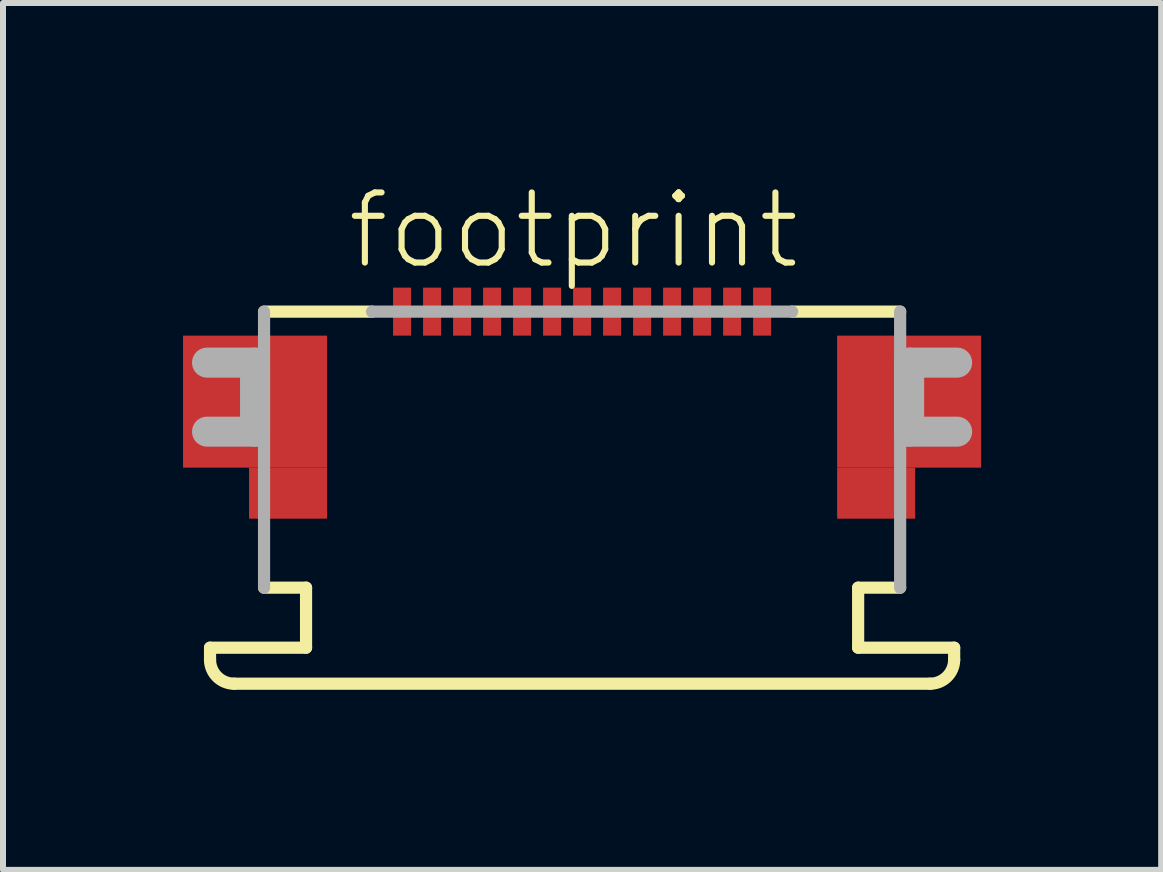
<source format=kicad_pcb>
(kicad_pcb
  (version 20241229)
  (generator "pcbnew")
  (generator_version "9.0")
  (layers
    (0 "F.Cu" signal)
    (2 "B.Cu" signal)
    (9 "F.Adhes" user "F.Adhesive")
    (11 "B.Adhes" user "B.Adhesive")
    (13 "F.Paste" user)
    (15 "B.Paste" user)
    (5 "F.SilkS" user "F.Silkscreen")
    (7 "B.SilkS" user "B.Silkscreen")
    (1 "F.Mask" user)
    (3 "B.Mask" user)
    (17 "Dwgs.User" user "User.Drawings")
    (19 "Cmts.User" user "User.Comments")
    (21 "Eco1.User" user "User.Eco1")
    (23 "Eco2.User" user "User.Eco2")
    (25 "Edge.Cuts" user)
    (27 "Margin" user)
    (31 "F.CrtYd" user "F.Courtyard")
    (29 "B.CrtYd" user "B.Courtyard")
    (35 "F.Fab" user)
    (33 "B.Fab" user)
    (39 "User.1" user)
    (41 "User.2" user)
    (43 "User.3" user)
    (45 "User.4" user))
  (footprint "footprint"
    (layer "F.Cu")
    (at 6.65 2.743)
    (property "Reference" "footprint" (at -3.965 -1.27 0) (layer "F.SilkS") (effects (font (size 1.168 1.168) (thickness 0.102)) (justify left bottom)))
    (fp_poly (pts (xy -6.65 2) (xy -4.25 2) (xy -4.25 -0.2) (xy -6.65 -0.2)) (stroke (width 0) (type solid)) (fill yes) (layer "F.Cu"))
    (fp_poly (pts (xy -5.55 2.85) (xy -4.25 2.85) (xy -4.25 2) (xy -5.55 2)) (stroke (width 0) (type solid)) (fill yes) (layer "F.Cu"))
    (fp_poly (pts (xy 4.25 2) (xy 6.65 2) (xy 6.65 -0.2) (xy 4.25 -0.2)) (stroke (width 0) (type solid)) (fill yes) (layer "F.Cu"))
    (fp_poly (pts (xy 4.25 2.85) (xy 5.55 2.85) (xy 5.55 2) (xy 4.25 2)) (stroke (width 0) (type solid)) (fill yes) (layer "F.Cu"))
    (fp_poly (pts (xy -6.65 2) (xy -4.25 2) (xy -4.25 -0.2) (xy -6.65 -0.2)) (stroke (width 0) (type solid)) (fill yes) (layer "F.Mask"))
    (fp_poly (pts (xy -5.55 2.85) (xy -4.25 2.85) (xy -4.25 2) (xy -5.55 2)) (stroke (width 0) (type solid)) (fill yes) (layer "F.Mask"))
    (fp_poly (pts (xy -3.175 -0.175) (xy -2.825 -0.175) (xy -2.825 -1.025) (xy -3.175 -1.025)) (stroke (width 0) (type solid)) (fill yes) (layer "F.Mask"))
    (fp_poly (pts (xy -2.675 -0.175) (xy -2.325 -0.175) (xy -2.325 -1.025) (xy -2.675 -1.025)) (stroke (width 0) (type solid)) (fill yes) (layer "F.Mask"))
    (fp_poly (pts (xy -2.175 -0.175) (xy -1.825 -0.175) (xy -1.825 -1.025) (xy -2.175 -1.025)) (stroke (width 0) (type solid)) (fill yes) (layer "F.Mask"))
    (fp_poly (pts (xy -1.675 -0.175) (xy -1.325 -0.175) (xy -1.325 -1.025) (xy -1.675 -1.025)) (stroke (width 0) (type solid)) (fill yes) (layer "F.Mask"))
    (fp_poly (pts (xy -1.175 -0.175) (xy -0.825 -0.175) (xy -0.825 -1.025) (xy -1.175 -1.025)) (stroke (width 0) (type solid)) (fill yes) (layer "F.Mask"))
    (fp_poly (pts (xy -0.675 -0.175) (xy -0.325 -0.175) (xy -0.325 -1.025) (xy -0.675 -1.025)) (stroke (width 0) (type solid)) (fill yes) (layer "F.Mask"))
    (fp_poly (pts (xy -0.175 -0.175) (xy 0.175 -0.175) (xy 0.175 -1.025) (xy -0.175 -1.025)) (stroke (width 0) (type solid)) (fill yes) (layer "F.Mask"))
    (fp_poly (pts (xy 0.325 -0.175) (xy 0.675 -0.175) (xy 0.675 -1.025) (xy 0.325 -1.025)) (stroke (width 0) (type solid)) (fill yes) (layer "F.Mask"))
    (fp_poly (pts (xy 0.825 -0.175) (xy 1.175 -0.175) (xy 1.175 -1.025) (xy 0.825 -1.025)) (stroke (width 0) (type solid)) (fill yes) (layer "F.Mask"))
    (fp_poly (pts (xy 1.325 -0.175) (xy 1.675 -0.175) (xy 1.675 -1.025) (xy 1.325 -1.025)) (stroke (width 0) (type solid)) (fill yes) (layer "F.Mask"))
    (fp_poly (pts (xy 1.825 -0.175) (xy 2.175 -0.175) (xy 2.175 -1.025) (xy 1.825 -1.025)) (stroke (width 0) (type solid)) (fill yes) (layer "F.Mask"))
    (fp_poly (pts (xy 2.325 -0.175) (xy 2.675 -0.175) (xy 2.675 -1.025) (xy 2.325 -1.025)) (stroke (width 0) (type solid)) (fill yes) (layer "F.Mask"))
    (fp_poly (pts (xy 2.825 -0.175) (xy 3.175 -0.175) (xy 3.175 -1.025) (xy 2.825 -1.025)) (stroke (width 0) (type solid)) (fill yes) (layer "F.Mask"))
    (fp_poly (pts (xy 4.25 2) (xy 6.65 2) (xy 6.65 -0.2) (xy 4.25 -0.2)) (stroke (width 0) (type solid)) (fill yes) (layer "F.Mask"))
    (fp_poly (pts (xy 4.25 2.85) (xy 5.55 2.85) (xy 5.55 2) (xy 4.25 2)) (stroke (width 0) (type solid)) (fill yes) (layer "F.Mask"))
    (fp_line (start -6.2 5) (end -4.6 5) (stroke (width 0.203) (type solid)) (layer "F.SilkS"))
    (fp_line (start -6.2 5.2) (end -6.2 5) (stroke (width 0.203) (type solid)) (layer "F.SilkS"))
    (fp_line (start -5.3 -0.6) (end -3.5 -0.6) (stroke (width 0.203) (type solid)) (layer "F.SilkS"))
    (fp_line (start -4.6 4) (end -5.3 4) (stroke (width 0.203) (type solid)) (layer "F.SilkS"))
    (fp_line (start -4.6 5) (end -4.6 4) (stroke (width 0.203) (type solid)) (layer "F.SilkS"))
    (fp_line (start 3.5 -0.6) (end 5.3 -0.6) (stroke (width 0.203) (type solid)) (layer "F.SilkS"))
    (fp_line (start 4.6 4) (end 4.6 5) (stroke (width 0.203) (type solid)) (layer "F.SilkS"))
    (fp_line (start 4.6 5) (end 6.2 5) (stroke (width 0.203) (type solid)) (layer "F.SilkS"))
    (fp_line (start 5.3 4) (end 4.6 4) (stroke (width 0.203) (type solid)) (layer "F.SilkS"))
    (fp_line (start 5.8 5.6) (end -5.8 5.6) (stroke (width 0.203) (type solid)) (layer "F.SilkS"))
    (fp_line (start 6.2 5) (end 6.2 5.2) (stroke (width 0.203) (type solid)) (layer "F.SilkS"))
    (fp_arc (start -5.8 5.6) (mid -6.082843 5.482843) (end -6.2 5.2) (stroke (width 0.2032) (type solid)) (layer "F.SilkS"))
    (fp_arc (start 6.2 5.2) (mid 6.082843 5.482843) (end 5.8 5.6) (stroke (width 0.2032) (type solid)) (layer "F.SilkS"))
    (fp_poly (pts (xy -6.525 1.9) (xy -4.35 1.9) (xy -4.35 -0.075) (xy -6.525 -0.075)) (stroke (width 0) (type solid)) (fill yes) (layer "F.Paste"))
    (fp_poly (pts (xy -5.45 2.75) (xy -4.35 2.75) (xy -4.35 1.9) (xy -5.45 1.9)) (stroke (width 0) (type solid)) (fill yes) (layer "F.Paste"))
    (fp_poly (pts (xy 4.35 1.9) (xy 6.525 1.9) (xy 6.525 -0.075) (xy 4.35 -0.075)) (stroke (width 0) (type solid)) (fill yes) (layer "F.Paste"))
    (fp_poly (pts (xy 4.35 2.75) (xy 5.45 2.75) (xy 5.45 1.9) (xy 4.35 1.9)) (stroke (width 0) (type solid)) (fill yes) (layer "F.Paste"))
    (fp_line (start -6.25 0.25) (end -5.45 0.25) (stroke (width 0.5) (type solid)) (layer "F.Fab"))
    (fp_line (start -5.45 0.25) (end -5.45 1.4) (stroke (width 0.5) (type solid)) (layer "F.Fab"))
    (fp_line (start -5.45 1.4) (end -6.25 1.4) (stroke (width 0.5) (type solid)) (layer "F.Fab"))
    (fp_line (start -5.3 4) (end -5.3 -0.6) (stroke (width 0.203) (type solid)) (layer "F.Fab"))
    (fp_line (start -3.5 -0.6) (end 3.5 -0.6) (stroke (width 0.203) (type solid)) (layer "F.Fab"))
    (fp_line (start 5.3 -0.6) (end 5.3 4) (stroke (width 0.203) (type solid)) (layer "F.Fab"))
    (fp_line (start 5.45 0.25) (end 6.25 0.25) (stroke (width 0.5) (type solid)) (layer "F.Fab"))
    (fp_line (start 5.45 1.4) (end 5.45 0.25) (stroke (width 0.5) (type solid)) (layer "F.Fab"))
    (fp_line (start 6.25 1.4) (end 5.45 1.4) (stroke (width 0.5) (type solid)) (layer "F.Fab"))
    (pad "1" smd rect (at -3 -0.6) (size 0.3 0.8) (layers "F.Cu" "F.Paste"))
    (pad "2" smd rect (at -2.5 -0.6) (size 0.3 0.8) (layers "F.Cu" "F.Paste"))
    (pad "3" smd rect (at -2 -0.6) (size 0.3 0.8) (layers "F.Cu" "F.Paste"))
    (pad "4" smd rect (at -1.5 -0.6) (size 0.3 0.8) (layers "F.Cu" "F.Paste"))
    (pad "5" smd rect (at -1 -0.6) (size 0.3 0.8) (layers "F.Cu" "F.Paste"))
    (pad "6" smd rect (at -0.5 -0.6) (size 0.3 0.8) (layers "F.Cu" "F.Paste"))
    (pad "7" smd rect (at 0 -0.6) (size 0.3 0.8) (layers "F.Cu" "F.Paste"))
    (pad "8" smd rect (at 0.5 -0.6) (size 0.3 0.8) (layers "F.Cu" "F.Paste"))
    (pad "9" smd rect (at 1 -0.6) (size 0.3 0.8) (layers "F.Cu" "F.Paste"))
    (pad "10" smd rect (at 1.5 -0.6) (size 0.3 0.8) (layers "F.Cu" "F.Paste"))
    (pad "11" smd rect (at 2 -0.6) (size 0.3 0.8) (layers "F.Cu" "F.Paste"))
    (pad "12" smd rect (at 2.5 -0.6) (size 0.3 0.8) (layers "F.Cu" "F.Paste"))
    (pad "13" smd rect (at 3 -0.6) (size 0.3 0.8) (layers "F.Cu" "F.Paste")))
  (gr_rect
    (start -3 -3)
    (end 16.3 11.445)
    (stroke (width 0.1) (type default))
    (fill no)
    (layer "Edge.Cuts")))
</source>
